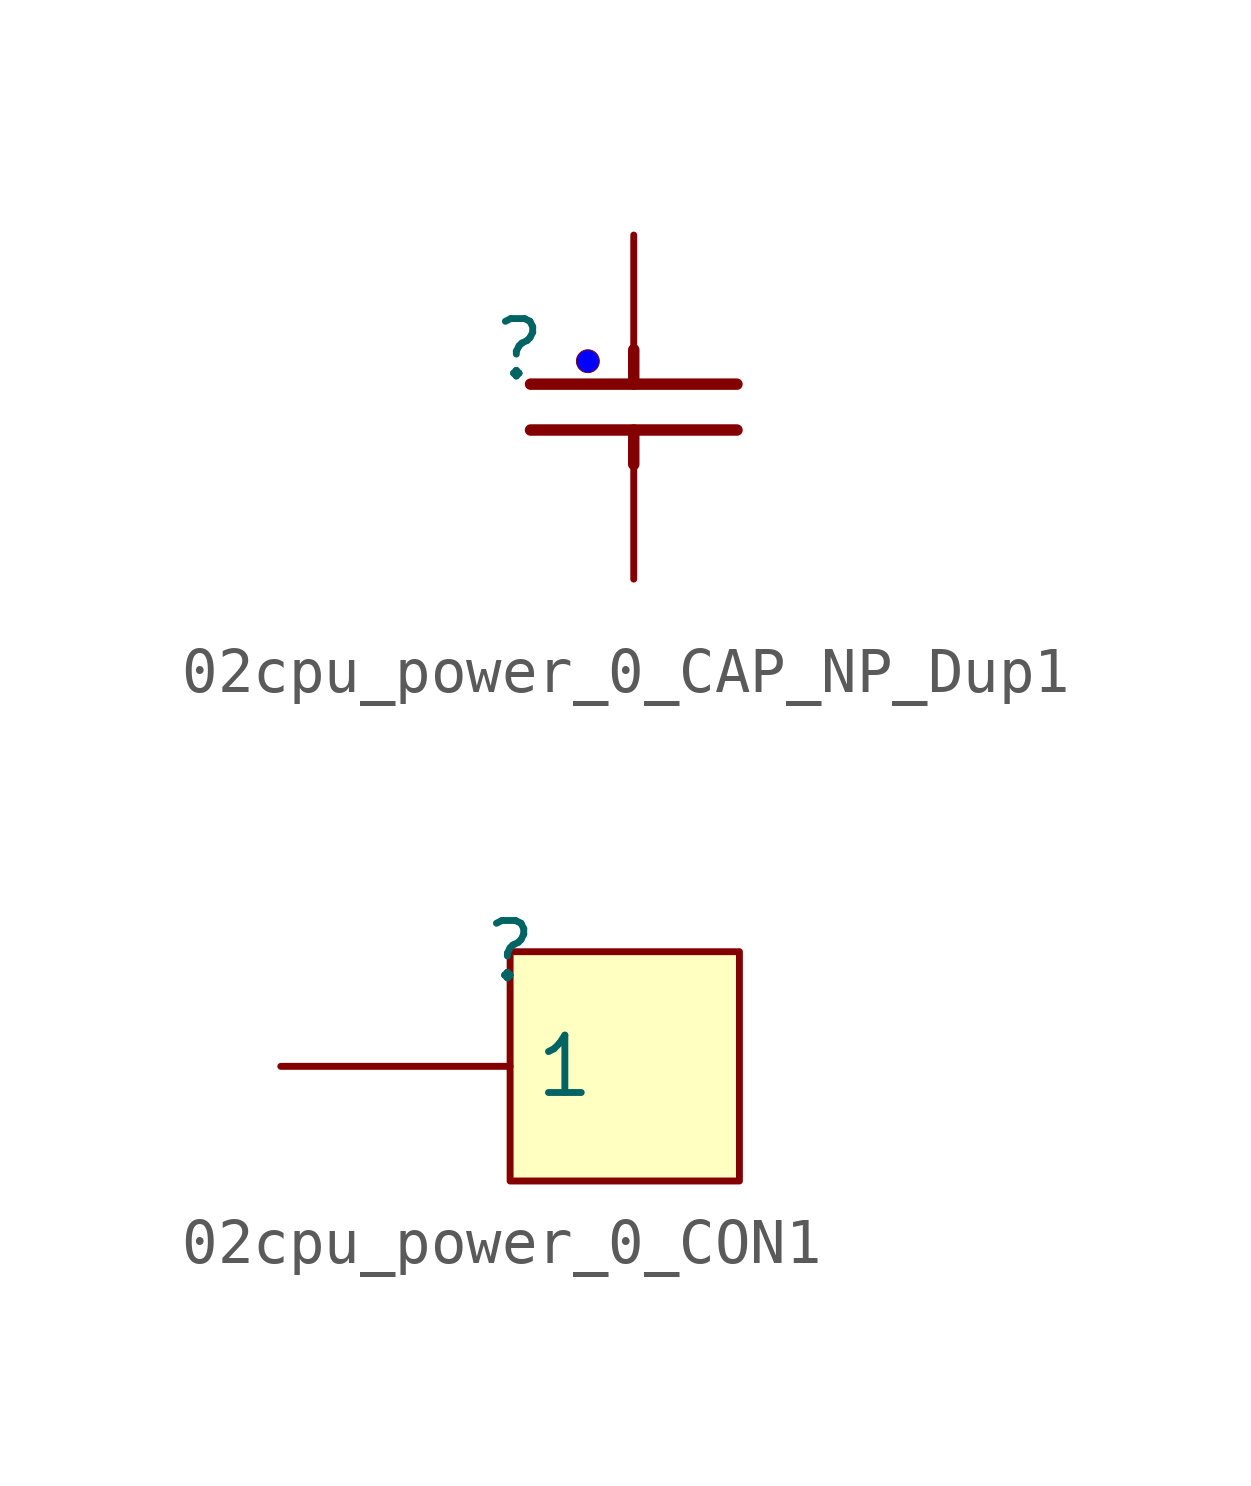
<source format=kicad_sym>
(kicad_symbol_lib
  (version 20220914)
  (generator kicad_symbol_editor)
  (symbol "02cpu_power_0_CAP_NP_Dup1"
    (property "Reference" ""
      (at 0 0 0)
      (effects (font (size 1.27 1.27))))
    (property "Value" ""
      (at 0 0 0)
      (effects (font (size 1.27 1.27))))
    (symbol "02cpu_power_0_CAP_NP_Dup1_1_0"
      (polyline (pts (xy 0.254 -1.778) (xy 4.826 -1.778)) (stroke (width 0.254) (type solid)) (fill (type none)))
      (polyline (pts (xy 0.254 -0.762) (xy 4.826 -0.762)) (stroke (width 0.254) (type solid)) (fill (type none)))
      (polyline (pts (xy 2.54 -2.54) (xy 2.54 -1.778)) (stroke (width 0.254) (type solid)) (fill (type none)))
      (polyline (pts (xy 2.54 0) (xy 2.54 -0.762)) (stroke (width 0.254) (type solid)) (fill (type none)))
      (circle (center 1.524 -0.254) (radius 0.254) (stroke (width 0.0001) (type solid)) (fill (type color) (color 0 0 255 1)))
      (pin passive line (at 2.54 2.54 270) (length 2.54) (name "1" (effects (font (size 0 0)))) (number "1" (effects (font (size 0 0)))))
      (pin passive line (at 2.54 -5.08 90) (length 2.54) (name "2" (effects (font (size 0 0)))) (number "2" (effects (font (size 0 0)))))))
  (symbol "02cpu_power_0_CON1"
    (property "Reference" ""
      (at 0 0 0)
      (effects (font (size 1.27 1.27))))
    (property "Value" ""
      (at 0 0 0)
      (effects (font (size 1.27 1.27))))
    (symbol "02cpu_power_0_CON1_1_0"
      (rectangle (start 5.08 0) (end 0 -5.08) (stroke (width 0) (type solid)) (fill (type background)))
      (pin passive line (at -5.08 -2.54 0) (length 5.08) (name "1" (effects (font (size 1.27 1.27)))) (number "1" (effects (font (size 0 0))))))))
</source>
